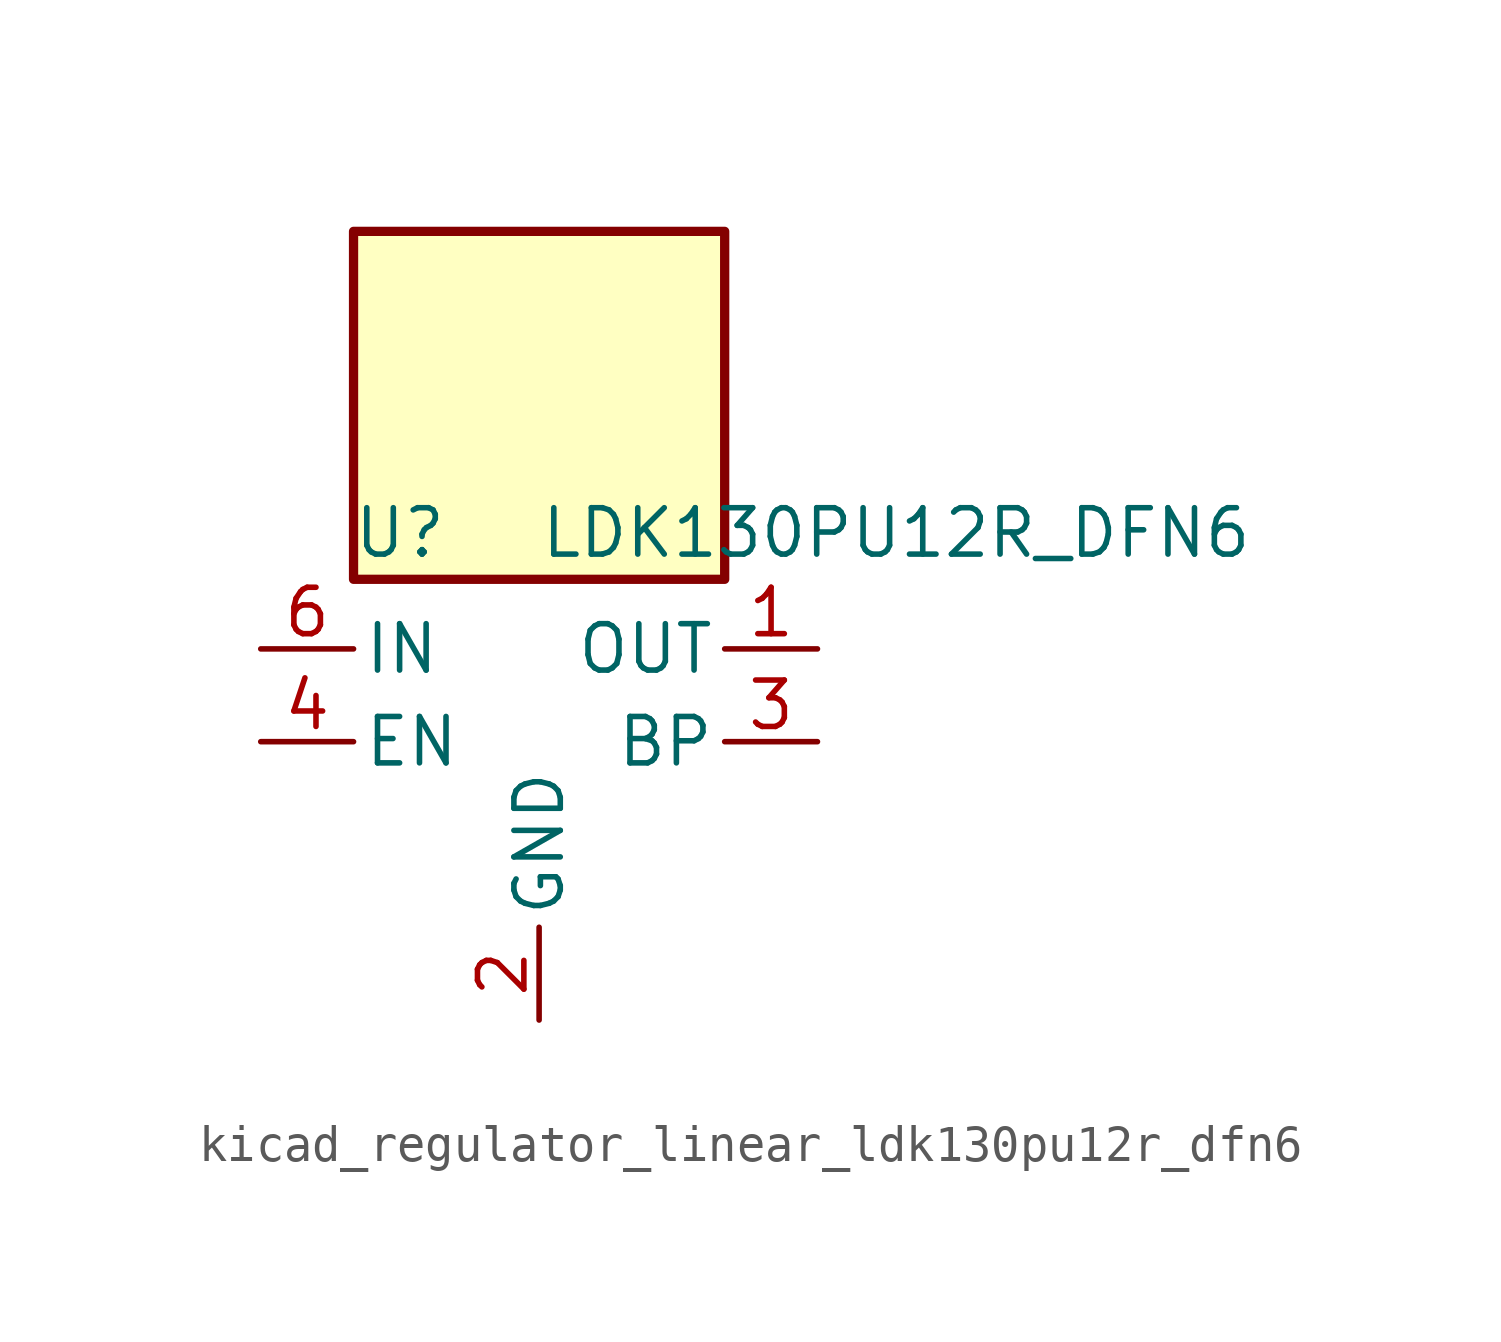
<source format=kicad_sym>
(kicad_symbol_lib
  (version 20220914)
  (generator kicad_symbol_editor)
  (symbol "kicad_regulator_linear_ldk130pu12r_dfn6"
    (pin_names
      (offset 0.254))
    (property "Reference" "U"
      (at -3.81 5.715 0)
      (effects (font (size 1.27 1.27))))
    (property "Value" "LDK130PU12R_DFN6"
      (at 0 5.715 0)
      (effects (font (size 1.27 1.27)) (justify left)))
    (symbol "kicad_regulator_linear_ldk130pu12r_dfn6_0_1"
      (rectangle (start 5.08 13.97) (end -5.08 4.445) (stroke (width 0.254) (type default)) (fill (type background))))
    (symbol "kicad_regulator_linear_ldk130pu12r_dfn6_1_1"
      (pin power_out line (at 7.62 2.54 180) (length 2.54) (name "OUT" (effects (font (size 1.27 1.27)))) (number "1" (effects (font (size 1.27 1.27)))))
      (pin power_in line (at 0 -7.62 90) (length 2.54) (name "GND" (effects (font (size 1.27 1.27)))) (number "2" (effects (font (size 1.27 1.27)))))
      (pin passive line (at 7.62 0 180) (length 2.54) (name "BP" (effects (font (size 1.27 1.27)))) (number "3" (effects (font (size 1.27 1.27)))))
      (pin input line (at -7.62 0 0) (length 2.54) (name "EN" (effects (font (size 1.27 1.27)))) (number "4" (effects (font (size 1.27 1.27)))))
      (pin no_connect line (at -5.08 -2.54 0) (length 2.54) hide (name "NC" (effects (font (size 1.27 1.27)))) (number "5" (effects (font (size 1.27 1.27)))))
      (pin power_in line (at -7.62 2.54 0) (length 2.54) (name "IN" (effects (font (size 1.27 1.27)))) (number "6" (effects (font (size 1.27 1.27))))))))
</source>
